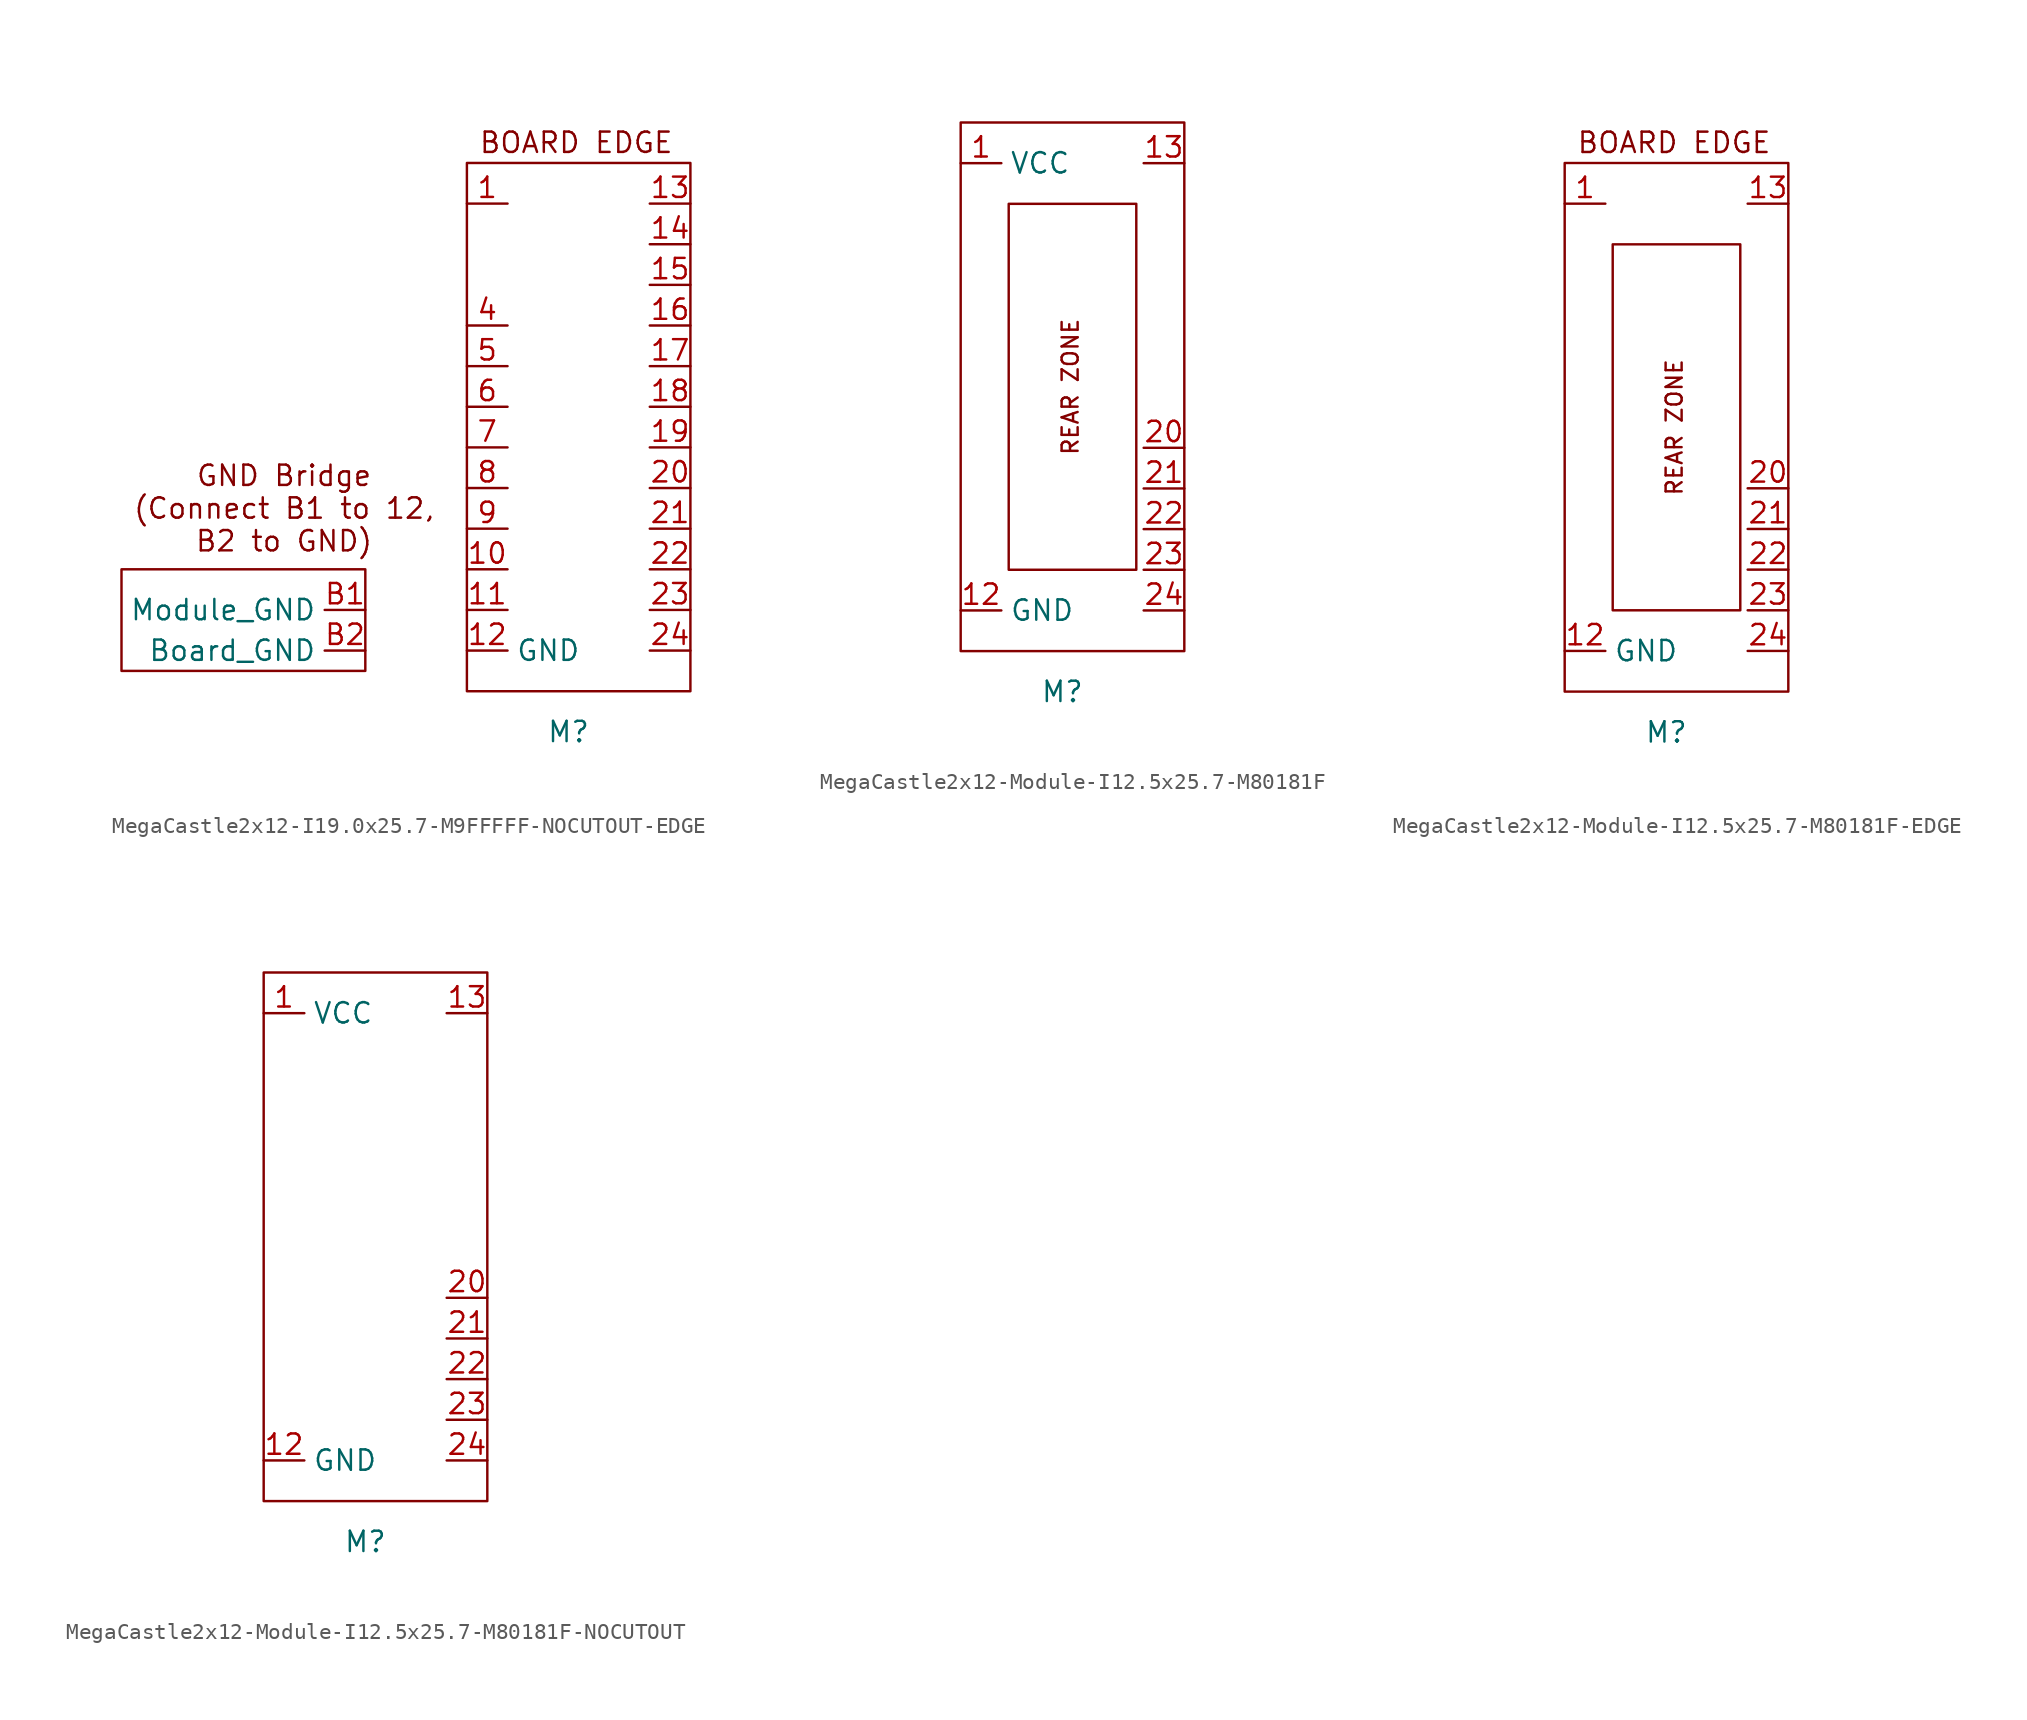
<source format=kicad_sym>
(kicad_symbol_lib
  (version 20231120)
  (generator "kicad_symbol_editor")
  (generator_version "8.0")
  (symbol "MegaCastle2x12-I19.0x25.7-M9FFFFF-NOCUTOUT-EDGE"
    (property "Reference" "M"
      (at 0 -19.05 0)
      (effects (font (size 1.27 1.27))))
    (property "Value" ""
      (at 0 5.08 0)
      (effects (font (size 1.27 1.27))))
    (symbol "MegaCastle2x12-I19.0x25.7-M9FFFFF-NOCUTOUT-EDGE_0_1"
      (rectangle (start -27.94 -8.89) (end -12.7 -15.24) (stroke (width 0) (type default)) (fill (type none)))
      (rectangle (start -6.35 16.51) (end 7.62 -16.51) (stroke (width 0) (type default)) (fill (type none))))
    (symbol "MegaCastle2x12-I19.0x25.7-M9FFFFF-NOCUTOUT-EDGE_1_1"
      (text " BOARD EDGE" (at 0 17.78 0) (effects (font (size 1.27 1.27))))
      (text "GND Bridge\n(Connect B1 to 12,\nB2 to GND)" (at -17.78 -5.08 0) (effects (font (size 1.27 1.27))))
      (pin bidirectional line (at -6.35 13.97 0) (length 2.54) (name "" (effects (font (size 1.27 1.27)))) (number "1" (effects (font (size 1.27 1.27)))))
      (pin bidirectional line (at -6.35 -8.89 0) (length 2.54) (name "" (effects (font (size 1.27 1.27)))) (number "10" (effects (font (size 1.27 1.27)))))
      (pin bidirectional line (at -6.35 -11.43 0) (length 2.54) (name "" (effects (font (size 1.27 1.27)))) (number "11" (effects (font (size 1.27 1.27)))))
      (pin bidirectional line (at -6.35 -13.97 0) (length 2.54) (name "GND" (effects (font (size 1.27 1.27)))) (number "12" (effects (font (size 1.27 1.27)))))
      (pin bidirectional line (at 7.62 13.97 180) (length 2.54) (name "" (effects (font (size 1.27 1.27)))) (number "13" (effects (font (size 1.27 1.27)))))
      (pin bidirectional line (at 7.62 11.43 180) (length 2.54) (name "" (effects (font (size 1.27 1.27)))) (number "14" (effects (font (size 1.27 1.27)))))
      (pin bidirectional line (at 7.62 8.89 180) (length 2.54) (name "" (effects (font (size 1.27 1.27)))) (number "15" (effects (font (size 1.27 1.27)))))
      (pin bidirectional line (at 7.62 6.35 180) (length 2.54) (name "" (effects (font (size 1.27 1.27)))) (number "16" (effects (font (size 1.27 1.27)))))
      (pin bidirectional line (at 7.62 3.81 180) (length 2.54) (name "" (effects (font (size 1.27 1.27)))) (number "17" (effects (font (size 1.27 1.27)))))
      (pin bidirectional line (at 7.62 1.27 180) (length 2.54) (name "" (effects (font (size 1.27 1.27)))) (number "18" (effects (font (size 1.27 1.27)))))
      (pin bidirectional line (at 7.62 -1.27 180) (length 2.54) (name "" (effects (font (size 1.27 1.27)))) (number "19" (effects (font (size 1.27 1.27)))))
      (pin bidirectional line (at 7.62 -3.81 180) (length 2.54) (name "" (effects (font (size 1.27 1.27)))) (number "20" (effects (font (size 1.27 1.27)))))
      (pin bidirectional line (at 7.62 -6.35 180) (length 2.54) (name "" (effects (font (size 1.27 1.27)))) (number "21" (effects (font (size 1.27 1.27)))))
      (pin bidirectional line (at 7.62 -8.89 180) (length 2.54) (name "" (effects (font (size 1.27 1.27)))) (number "22" (effects (font (size 1.27 1.27)))))
      (pin bidirectional line (at 7.62 -11.43 180) (length 2.54) (name "" (effects (font (size 1.27 1.27)))) (number "23" (effects (font (size 1.27 1.27)))))
      (pin bidirectional line (at 7.62 -13.97 180) (length 2.54) (name "" (effects (font (size 1.27 1.27)))) (number "24" (effects (font (size 1.27 1.27)))))
      (pin bidirectional line (at -6.35 6.35 0) (length 2.54) (name "" (effects (font (size 1.27 1.27)))) (number "4" (effects (font (size 1.27 1.27)))))
      (pin bidirectional line (at -6.35 3.81 0) (length 2.54) (name "" (effects (font (size 1.27 1.27)))) (number "5" (effects (font (size 1.27 1.27)))))
      (pin bidirectional line (at -6.35 1.27 0) (length 2.54) (name "" (effects (font (size 1.27 1.27)))) (number "6" (effects (font (size 1.27 1.27)))))
      (pin bidirectional line (at -6.35 -1.27 0) (length 2.54) (name "" (effects (font (size 1.27 1.27)))) (number "7" (effects (font (size 1.27 1.27)))))
      (pin bidirectional line (at -6.35 -3.81 0) (length 2.54) (name "" (effects (font (size 1.27 1.27)))) (number "8" (effects (font (size 1.27 1.27)))))
      (pin bidirectional line (at -6.35 -6.35 0) (length 2.54) (name "" (effects (font (size 1.27 1.27)))) (number "9" (effects (font (size 1.27 1.27)))))
      (pin bidirectional line (at -12.7 -11.43 180) (length 2.54) (name "Module_GND" (effects (font (size 1.27 1.27)))) (number "B1" (effects (font (size 1.27 1.27)))))
      (pin bidirectional line (at -12.7 -13.97 180) (length 2.54) (name "Board_GND" (effects (font (size 1.27 1.27)))) (number "B2" (effects (font (size 1.27 1.27)))))))
  (symbol "MegaCastle2x12-Module-I12.5x25.7-M80181F"
    (property "Reference" "M"
      (at 0 -19.05 0)
      (effects (font (size 1.27 1.27))))
    (property "Value" ""
      (at 0 5.08 0)
      (effects (font (size 1.27 1.27))))
    (symbol "MegaCastle2x12-Module-I12.5x25.7-M80181F_0_1"
      (rectangle (start -6.35 16.51) (end 7.62 -16.51) (stroke (width 0) (type default)) (fill (type none)))
      (rectangle (start -3.35 11.43) (end 4.62 -11.43) (stroke (width 0) (type default)) (fill (type none))))
    (symbol "MegaCastle2x12-Module-I12.5x25.7-M80181F_1_1"
      (text "REAR ZONE" (at 0.5 0 900) (effects (font (size 1 1))))
      (pin bidirectional line (at -6.35 13.97 0) (length 2.54) (name "VCC" (effects (font (size 1.27 1.27)))) (number "1" (effects (font (size 1.27 1.27)))))
      (pin bidirectional line (at -6.35 -13.97 0) (length 2.54) (name "GND" (effects (font (size 1.27 1.27)))) (number "12" (effects (font (size 1.27 1.27)))))
      (pin bidirectional line (at 7.62 13.97 180) (length 2.54) (name "" (effects (font (size 1.27 1.27)))) (number "13" (effects (font (size 1.27 1.27)))))
      (pin bidirectional line (at 7.62 -3.81 180) (length 2.54) (name "" (effects (font (size 1.27 1.27)))) (number "20" (effects (font (size 1.27 1.27)))))
      (pin bidirectional line (at 7.62 -6.35 180) (length 2.54) (name "" (effects (font (size 1.27 1.27)))) (number "21" (effects (font (size 1.27 1.27)))))
      (pin bidirectional line (at 7.62 -8.89 180) (length 2.54) (name "" (effects (font (size 1.27 1.27)))) (number "22" (effects (font (size 1.27 1.27)))))
      (pin bidirectional line (at 7.62 -11.43 180) (length 2.54) (name "" (effects (font (size 1.27 1.27)))) (number "23" (effects (font (size 1.27 1.27)))))
      (pin bidirectional line (at 7.62 -13.97 180) (length 2.54) (name "" (effects (font (size 1.27 1.27)))) (number "24" (effects (font (size 1.27 1.27)))))))
  (symbol "MegaCastle2x12-Module-I12.5x25.7-M80181F-EDGE"
    (property "Reference" "M"
      (at 0 -19.05 0)
      (effects (font (size 1.27 1.27))))
    (property "Value" ""
      (at 0 5.08 0)
      (effects (font (size 1.27 1.27))))
    (symbol "MegaCastle2x12-Module-I12.5x25.7-M80181F-EDGE_0_1"
      (rectangle (start -6.35 16.51) (end 7.62 -16.51) (stroke (width 0) (type default)) (fill (type none)))
      (rectangle (start -3.35 11.43) (end 4.62 -11.43) (stroke (width 0) (type default)) (fill (type none))))
    (symbol "MegaCastle2x12-Module-I12.5x25.7-M80181F-EDGE_1_1"
      (text " BOARD EDGE" (at 0 17.78 0) (effects (font (size 1.27 1.27))))
      (text "REAR ZONE" (at 0.5 0 900) (effects (font (size 1 1))))
      (pin bidirectional line (at -6.35 13.97 0) (length 2.54) (name "" (effects (font (size 1.27 1.27)))) (number "1" (effects (font (size 1.27 1.27)))))
      (pin bidirectional line (at -6.35 -13.97 0) (length 2.54) (name "GND" (effects (font (size 1.27 1.27)))) (number "12" (effects (font (size 1.27 1.27)))))
      (pin bidirectional line (at 7.62 13.97 180) (length 2.54) (name "" (effects (font (size 1.27 1.27)))) (number "13" (effects (font (size 1.27 1.27)))))
      (pin bidirectional line (at 7.62 -3.81 180) (length 2.54) (name "" (effects (font (size 1.27 1.27)))) (number "20" (effects (font (size 1.27 1.27)))))
      (pin bidirectional line (at 7.62 -6.35 180) (length 2.54) (name "" (effects (font (size 1.27 1.27)))) (number "21" (effects (font (size 1.27 1.27)))))
      (pin bidirectional line (at 7.62 -8.89 180) (length 2.54) (name "" (effects (font (size 1.27 1.27)))) (number "22" (effects (font (size 1.27 1.27)))))
      (pin bidirectional line (at 7.62 -11.43 180) (length 2.54) (name "" (effects (font (size 1.27 1.27)))) (number "23" (effects (font (size 1.27 1.27)))))
      (pin bidirectional line (at 7.62 -13.97 180) (length 2.54) (name "" (effects (font (size 1.27 1.27)))) (number "24" (effects (font (size 1.27 1.27)))))))
  (symbol "MegaCastle2x12-Module-I12.5x25.7-M80181F-NOCUTOUT"
    (property "Reference" "M"
      (at 0 -19.05 0)
      (effects (font (size 1.27 1.27))))
    (property "Value" ""
      (at 0 5.08 0)
      (effects (font (size 1.27 1.27))))
    (symbol "MegaCastle2x12-Module-I12.5x25.7-M80181F-NOCUTOUT_0_1"
      (rectangle (start -6.35 16.51) (end 7.62 -16.51) (stroke (width 0) (type default)) (fill (type none))))
    (symbol "MegaCastle2x12-Module-I12.5x25.7-M80181F-NOCUTOUT_1_1"
      (pin bidirectional line (at -6.35 13.97 0) (length 2.54) (name "VCC" (effects (font (size 1.27 1.27)))) (number "1" (effects (font (size 1.27 1.27)))))
      (pin bidirectional line (at -6.35 -13.97 0) (length 2.54) (name "GND" (effects (font (size 1.27 1.27)))) (number "12" (effects (font (size 1.27 1.27)))))
      (pin bidirectional line (at 7.62 13.97 180) (length 2.54) (name "" (effects (font (size 1.27 1.27)))) (number "13" (effects (font (size 1.27 1.27)))))
      (pin bidirectional line (at 7.62 -3.81 180) (length 2.54) (name "" (effects (font (size 1.27 1.27)))) (number "20" (effects (font (size 1.27 1.27)))))
      (pin bidirectional line (at 7.62 -6.35 180) (length 2.54) (name "" (effects (font (size 1.27 1.27)))) (number "21" (effects (font (size 1.27 1.27)))))
      (pin bidirectional line (at 7.62 -8.89 180) (length 2.54) (name "" (effects (font (size 1.27 1.27)))) (number "22" (effects (font (size 1.27 1.27)))))
      (pin bidirectional line (at 7.62 -11.43 180) (length 2.54) (name "" (effects (font (size 1.27 1.27)))) (number "23" (effects (font (size 1.27 1.27)))))
      (pin bidirectional line (at 7.62 -13.97 180) (length 2.54) (name "" (effects (font (size 1.27 1.27)))) (number "24" (effects (font (size 1.27 1.27))))))))
</source>
